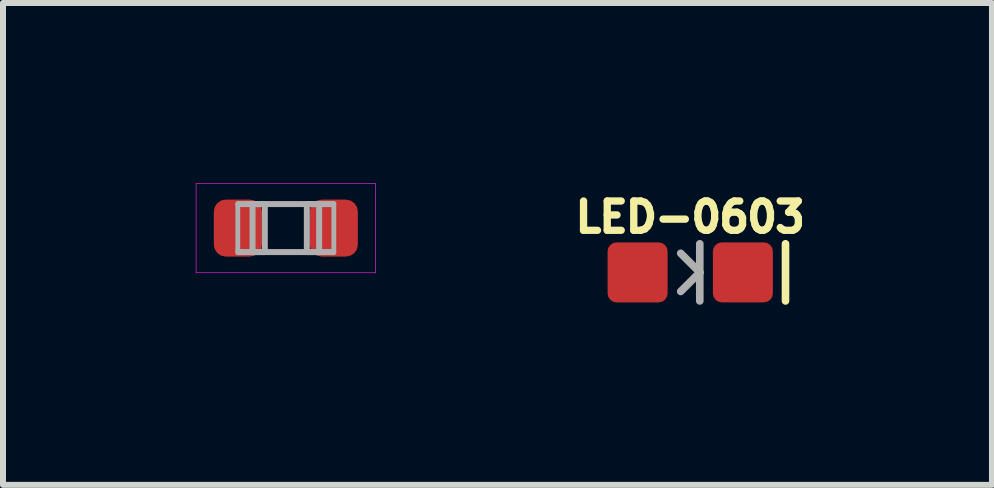
<source format=kicad_pcb>
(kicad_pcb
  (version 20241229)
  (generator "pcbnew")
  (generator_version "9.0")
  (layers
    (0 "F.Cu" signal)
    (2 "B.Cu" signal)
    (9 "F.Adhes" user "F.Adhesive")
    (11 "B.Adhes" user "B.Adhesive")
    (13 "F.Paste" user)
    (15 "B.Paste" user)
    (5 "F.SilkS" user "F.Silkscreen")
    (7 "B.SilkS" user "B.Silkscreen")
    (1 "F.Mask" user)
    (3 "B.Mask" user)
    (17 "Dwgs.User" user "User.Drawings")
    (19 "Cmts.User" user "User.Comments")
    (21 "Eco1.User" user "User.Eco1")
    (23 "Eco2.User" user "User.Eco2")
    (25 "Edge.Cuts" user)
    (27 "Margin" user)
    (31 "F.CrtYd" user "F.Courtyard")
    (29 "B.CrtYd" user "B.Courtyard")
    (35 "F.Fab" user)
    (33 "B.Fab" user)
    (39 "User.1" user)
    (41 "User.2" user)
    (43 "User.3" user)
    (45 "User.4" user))
  (footprint "LED-0603"
    (layer "F.Cu")
    (at 8.45 1.488)
    (property "Reference" "LED-0603" (at 0 -0.635 0) (layer "F.SilkS") (effects (font (size 0.488 0.488) (thickness 0.122)) (justify bottom)))
    (fp_line (start 1.587 -0.476) (end 1.587 0.476) (stroke (width 0.127) (type solid)) (layer "F.SilkS"))
    (fp_line (start 0.159 -0.476) (end 0.159 0) (stroke (width 0.127) (type solid)) (layer "F.Fab"))
    (fp_line (start 0.159 0) (end -0.159 -0.318) (stroke (width 0.127) (type solid)) (layer "F.Fab"))
    (fp_line (start 0.159 0) (end -0.159 0.318) (stroke (width 0.127) (type solid)) (layer "F.Fab"))
    (fp_line (start 0.159 0) (end 0.159 0.476) (stroke (width 0.127) (type solid)) (layer "F.Fab"))
    (pad "A" smd roundrect (at -0.877 0 270) (size 1 1) (layers "F.Cu" "F.Mask" "F.Paste") (roundrect_rratio 0.15))
    (pad "C" smd roundrect (at 0.877 0 270) (size 1 1) (layers "F.Cu" "F.Mask" "F.Paste") (roundrect_rratio 0.15)))
  (footprint ".0603-B-NOSILK"
    (layer "F.Cu")
    (at 1.712 0.75)
    (property "Reference" ".0603-B-NOSILK" (at 0 0 0) (layer "F.Mask") (effects (font (size 0.255 0.255) (thickness 0.045))))
    (fp_line (start -0.8 0.41) (end -0.8 -0.41) (stroke (width 0.08) (type solid)) (layer "F.Mask"))
    (fp_line (start -0.79 -0.4) (end 0.79 -0.4) (stroke (width 0.1) (type solid)) (layer "F.Mask"))
    (fp_line (start 0.79 0.4) (end -0.79 0.4) (stroke (width 0.1) (type solid)) (layer "F.Mask"))
    (fp_line (start 0.8 -0.41) (end 0.8 0.41) (stroke (width 0.08) (type solid)) (layer "F.Mask"))
    (fp_poly (pts (xy -0.34 0.54) (xy -1.26 0.54) (xy -1.26 -0.54) (xy -0.34 -0.54)) (stroke (width 0) (type solid)) (fill yes) (layer "F.Mask"))
    (fp_poly (pts (xy 1.26 0.54) (xy 0.34 0.54) (xy 0.34 -0.54) (xy 1.26 -0.54)) (stroke (width 0) (type solid)) (fill yes) (layer "F.Mask"))
    (fp_line (start -1.495 -0.745) (end -1.495 0.745) (stroke (width 0.01) (type solid)) (layer "F.CrtYd"))
    (fp_line (start -1.495 0.745) (end 1.495 0.745) (stroke (width 0.01) (type solid)) (layer "F.CrtYd"))
    (fp_line (start 1.495 -0.745) (end -1.495 -0.745) (stroke (width 0.01) (type solid)) (layer "F.CrtYd"))
    (fp_line (start 1.495 0.745) (end 1.495 -0.745) (stroke (width 0.01) (type solid)) (layer "F.CrtYd"))
    (fp_line (start -0.8 0.41) (end -0.8 -0.41) (stroke (width 0.08) (type solid)) (layer "F.Fab"))
    (fp_line (start -0.79 -0.4) (end 0.79 -0.4) (stroke (width 0.1) (type solid)) (layer "F.Fab"))
    (fp_line (start 0.79 0.4) (end -0.79 0.4) (stroke (width 0.1) (type solid)) (layer "F.Fab"))
    (fp_line (start 0.8 -0.41) (end 0.8 0.41) (stroke (width 0.08) (type solid)) (layer "F.Fab"))
    (fp_poly (pts (xy -0.555 0.4) (xy -0.35 0.4) (xy -0.35 -0.4) (xy -0.555 -0.4)) (stroke (width 0.1) (type solid)) (fill no) (layer "F.Fab"))
    (fp_poly (pts (xy 0.35 0.4) (xy 0.555 0.4) (xy 0.555 -0.4) (xy 0.35 -0.4)) (stroke (width 0.1) (type solid)) (fill no) (layer "F.Fab"))
    (pad "1" smd roundrect (at -0.8 0) (size 0.8 0.95) (layers "F.Cu" "F.Paste") (roundrect_rratio 0.25))
    (pad "2" smd roundrect (at 0.8 0) (size 0.8 0.95) (layers "F.Cu" "F.Paste") (roundrect_rratio 0.25)))
  (gr_rect
    (start -3 -3)
    (end 13.477 5.028)
    (stroke (width 0.1) (type default))
    (fill no)
    (layer "Edge.Cuts")))
</source>
